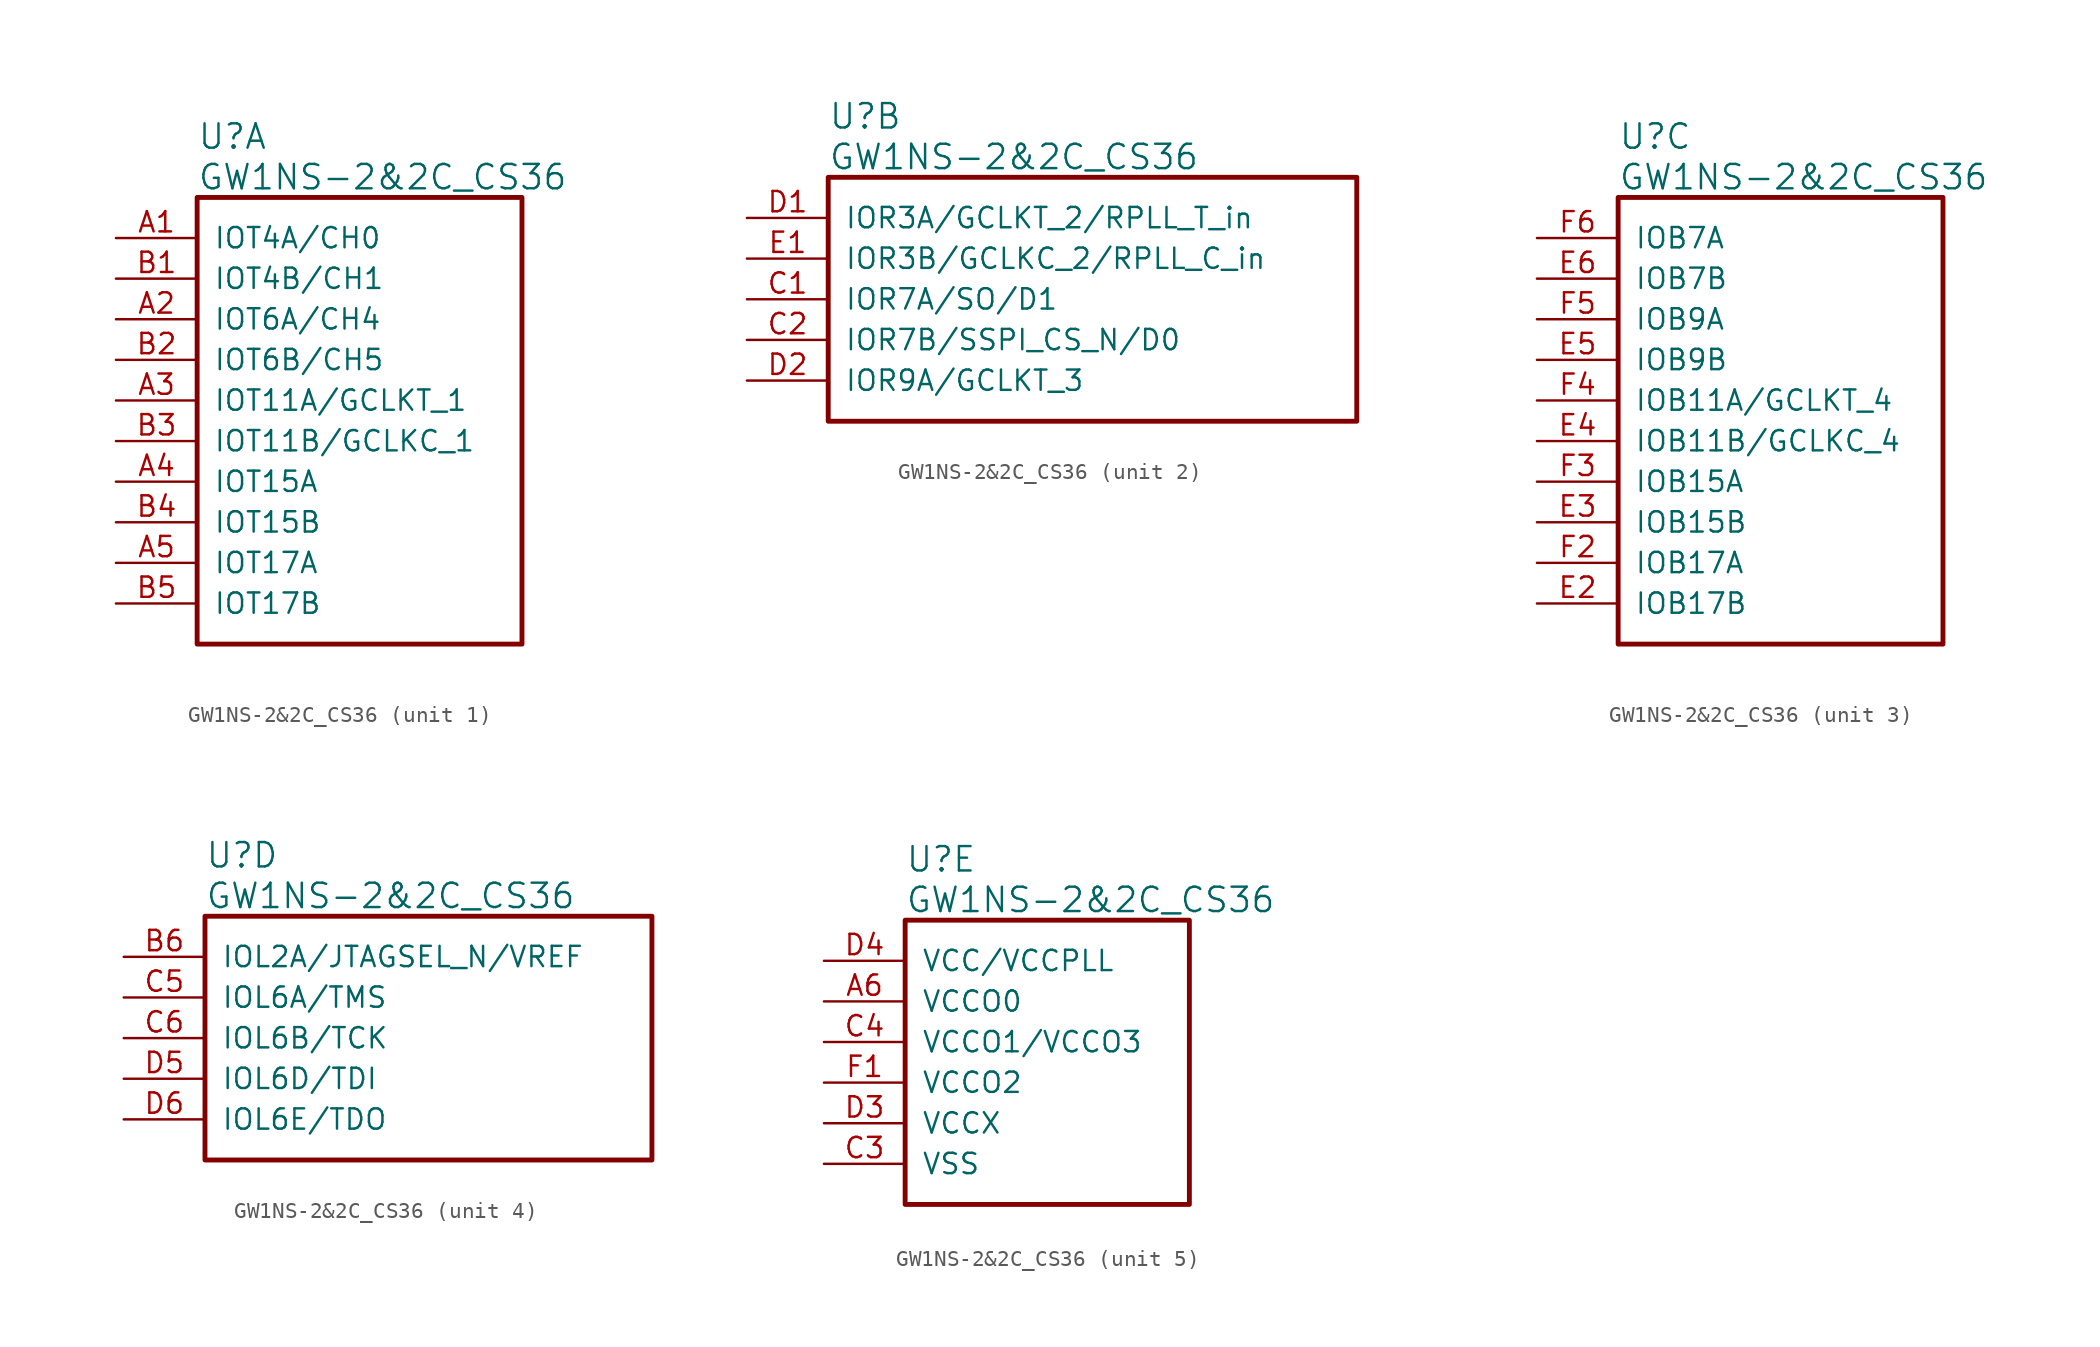
<source format=kicad_sym>
(kicad_symbol_lib
  (version 20211014)
  (generator kicad_symbol_editor)
  (symbol "GW1NS-2&2C_CS36"
    (pin_names
      (offset 1.016))
    (property "Reference" "U"
      (at 5.08 6.35 0)
      (effects (font (size 1.524 1.524)) (justify left)))
    (property "Value" "GW1NS-2&2C_CS36"
      (at 5.08 3.81 0)
      (effects (font (size 1.524 1.524)) (justify left)))
    (property "ki_locked" ""
      (at 0 0 0)
      (effects (font (size 1.27 1.27))))
    (symbol "GW1NS-2&2C_CS36_1_1"
      (rectangle (start 5.08 2.54) (end 25.4 -25.4) (stroke (width 0.305) (type default) (color 0 0 0 0)) (fill (type none)))
      (pin bidirectional line (at 0 0 0) (length 5.08) (name "IOT4A/CH0" (effects (font (size 1.27 1.27)))) (number "A1" (effects (font (size 1.27 1.27)))))
      (pin bidirectional line (at 0 -5.08 0) (length 5.08) (name "IOT6A/CH4" (effects (font (size 1.27 1.27)))) (number "A2" (effects (font (size 1.27 1.27)))))
      (pin bidirectional line (at 0 -10.16 0) (length 5.08) (name "IOT11A/GCLKT_1" (effects (font (size 1.27 1.27)))) (number "A3" (effects (font (size 1.27 1.27)))))
      (pin bidirectional line (at 0 -15.24 0) (length 5.08) (name "IOT15A" (effects (font (size 1.27 1.27)))) (number "A4" (effects (font (size 1.27 1.27)))))
      (pin bidirectional line (at 0 -20.32 0) (length 5.08) (name "IOT17A" (effects (font (size 1.27 1.27)))) (number "A5" (effects (font (size 1.27 1.27)))))
      (pin bidirectional line (at 0 -2.54 0) (length 5.08) (name "IOT4B/CH1" (effects (font (size 1.27 1.27)))) (number "B1" (effects (font (size 1.27 1.27)))))
      (pin bidirectional line (at 0 -7.62 0) (length 5.08) (name "IOT6B/CH5" (effects (font (size 1.27 1.27)))) (number "B2" (effects (font (size 1.27 1.27)))))
      (pin bidirectional line (at 0 -12.7 0) (length 5.08) (name "IOT11B/GCLKC_1" (effects (font (size 1.27 1.27)))) (number "B3" (effects (font (size 1.27 1.27)))))
      (pin bidirectional line (at 0 -17.78 0) (length 5.08) (name "IOT15B" (effects (font (size 1.27 1.27)))) (number "B4" (effects (font (size 1.27 1.27)))))
      (pin bidirectional line (at 0 -22.86 0) (length 5.08) (name "IOT17B" (effects (font (size 1.27 1.27)))) (number "B5" (effects (font (size 1.27 1.27))))))
    (symbol "GW1NS-2&2C_CS36_2_1"
      (rectangle (start 5.08 2.54) (end 38.1 -12.7) (stroke (width 0.305) (type default) (color 0 0 0 0)) (fill (type none)))
      (pin bidirectional line (at 0 -5.08 0) (length 5.08) (name "IOR7A/SO/D1" (effects (font (size 1.27 1.27)))) (number "C1" (effects (font (size 1.27 1.27)))))
      (pin bidirectional line (at 0 -7.62 0) (length 5.08) (name "IOR7B/SSPI_CS_N/D0" (effects (font (size 1.27 1.27)))) (number "C2" (effects (font (size 1.27 1.27)))))
      (pin bidirectional line (at 0 0 0) (length 5.08) (name "IOR3A/GCLKT_2/RPLL_T_in" (effects (font (size 1.27 1.27)))) (number "D1" (effects (font (size 1.27 1.27)))))
      (pin bidirectional line (at 0 -10.16 0) (length 5.08) (name "IOR9A/GCLKT_3" (effects (font (size 1.27 1.27)))) (number "D2" (effects (font (size 1.27 1.27)))))
      (pin bidirectional line (at 0 -2.54 0) (length 5.08) (name "IOR3B/GCLKC_2/RPLL_C_in" (effects (font (size 1.27 1.27)))) (number "E1" (effects (font (size 1.27 1.27))))))
    (symbol "GW1NS-2&2C_CS36_3_1"
      (rectangle (start 5.08 2.54) (end 25.4 -25.4) (stroke (width 0.305) (type default) (color 0 0 0 0)) (fill (type none)))
      (pin bidirectional line (at 0 -22.86 0) (length 5.08) (name "IOB17B" (effects (font (size 1.27 1.27)))) (number "E2" (effects (font (size 1.27 1.27)))))
      (pin bidirectional line (at 0 -17.78 0) (length 5.08) (name "IOB15B" (effects (font (size 1.27 1.27)))) (number "E3" (effects (font (size 1.27 1.27)))))
      (pin bidirectional line (at 0 -12.7 0) (length 5.08) (name "IOB11B/GCLKC_4" (effects (font (size 1.27 1.27)))) (number "E4" (effects (font (size 1.27 1.27)))))
      (pin bidirectional line (at 0 -7.62 0) (length 5.08) (name "IOB9B" (effects (font (size 1.27 1.27)))) (number "E5" (effects (font (size 1.27 1.27)))))
      (pin bidirectional line (at 0 -2.54 0) (length 5.08) (name "IOB7B" (effects (font (size 1.27 1.27)))) (number "E6" (effects (font (size 1.27 1.27)))))
      (pin bidirectional line (at 0 -20.32 0) (length 5.08) (name "IOB17A" (effects (font (size 1.27 1.27)))) (number "F2" (effects (font (size 1.27 1.27)))))
      (pin bidirectional line (at 0 -15.24 0) (length 5.08) (name "IOB15A" (effects (font (size 1.27 1.27)))) (number "F3" (effects (font (size 1.27 1.27)))))
      (pin bidirectional line (at 0 -10.16 0) (length 5.08) (name "IOB11A/GCLKT_4" (effects (font (size 1.27 1.27)))) (number "F4" (effects (font (size 1.27 1.27)))))
      (pin bidirectional line (at 0 -5.08 0) (length 5.08) (name "IOB9A" (effects (font (size 1.27 1.27)))) (number "F5" (effects (font (size 1.27 1.27)))))
      (pin bidirectional line (at 0 0 0) (length 5.08) (name "IOB7A" (effects (font (size 1.27 1.27)))) (number "F6" (effects (font (size 1.27 1.27))))))
    (symbol "GW1NS-2&2C_CS36_4_1"
      (rectangle (start 5.08 2.54) (end 33.02 -12.7) (stroke (width 0.305) (type default) (color 0 0 0 0)) (fill (type none)))
      (pin bidirectional line (at 0 0 0) (length 5.08) (name "IOL2A/JTAGSEL_N/VREF" (effects (font (size 1.27 1.27)))) (number "B6" (effects (font (size 1.27 1.27)))))
      (pin bidirectional line (at 0 -2.54 0) (length 5.08) (name "IOL6A/TMS" (effects (font (size 1.27 1.27)))) (number "C5" (effects (font (size 1.27 1.27)))))
      (pin bidirectional line (at 0 -5.08 0) (length 5.08) (name "IOL6B/TCK" (effects (font (size 1.27 1.27)))) (number "C6" (effects (font (size 1.27 1.27)))))
      (pin bidirectional line (at 0 -7.62 0) (length 5.08) (name "IOL6D/TDI" (effects (font (size 1.27 1.27)))) (number "D5" (effects (font (size 1.27 1.27)))))
      (pin bidirectional line (at 0 -10.16 0) (length 5.08) (name "IOL6E/TDO" (effects (font (size 1.27 1.27)))) (number "D6" (effects (font (size 1.27 1.27))))))
    (symbol "GW1NS-2&2C_CS36_5_1"
      (rectangle (start 5.08 2.54) (end 22.86 -15.24) (stroke (width 0.305) (type default) (color 0 0 0 0)) (fill (type none)))
      (pin power_in line (at 0 -2.54 0) (length 5.08) (name "VCCO0" (effects (font (size 1.27 1.27)))) (number "A6" (effects (font (size 1.27 1.27)))))
      (pin power_in line (at 0 -12.7 0) (length 5.08) (name "VSS" (effects (font (size 1.27 1.27)))) (number "C3" (effects (font (size 1.27 1.27)))))
      (pin power_in line (at 0 -5.08 0) (length 5.08) (name "VCCO1/VCCO3" (effects (font (size 1.27 1.27)))) (number "C4" (effects (font (size 1.27 1.27)))))
      (pin power_in line (at 0 -10.16 0) (length 5.08) (name "VCCX" (effects (font (size 1.27 1.27)))) (number "D3" (effects (font (size 1.27 1.27)))))
      (pin power_in line (at 0 0 0) (length 5.08) (name "VCC/VCCPLL" (effects (font (size 1.27 1.27)))) (number "D4" (effects (font (size 1.27 1.27)))))
      (pin power_in line (at 0 -7.62 0) (length 5.08) (name "VCCO2" (effects (font (size 1.27 1.27)))) (number "F1" (effects (font (size 1.27 1.27))))))))
</source>
